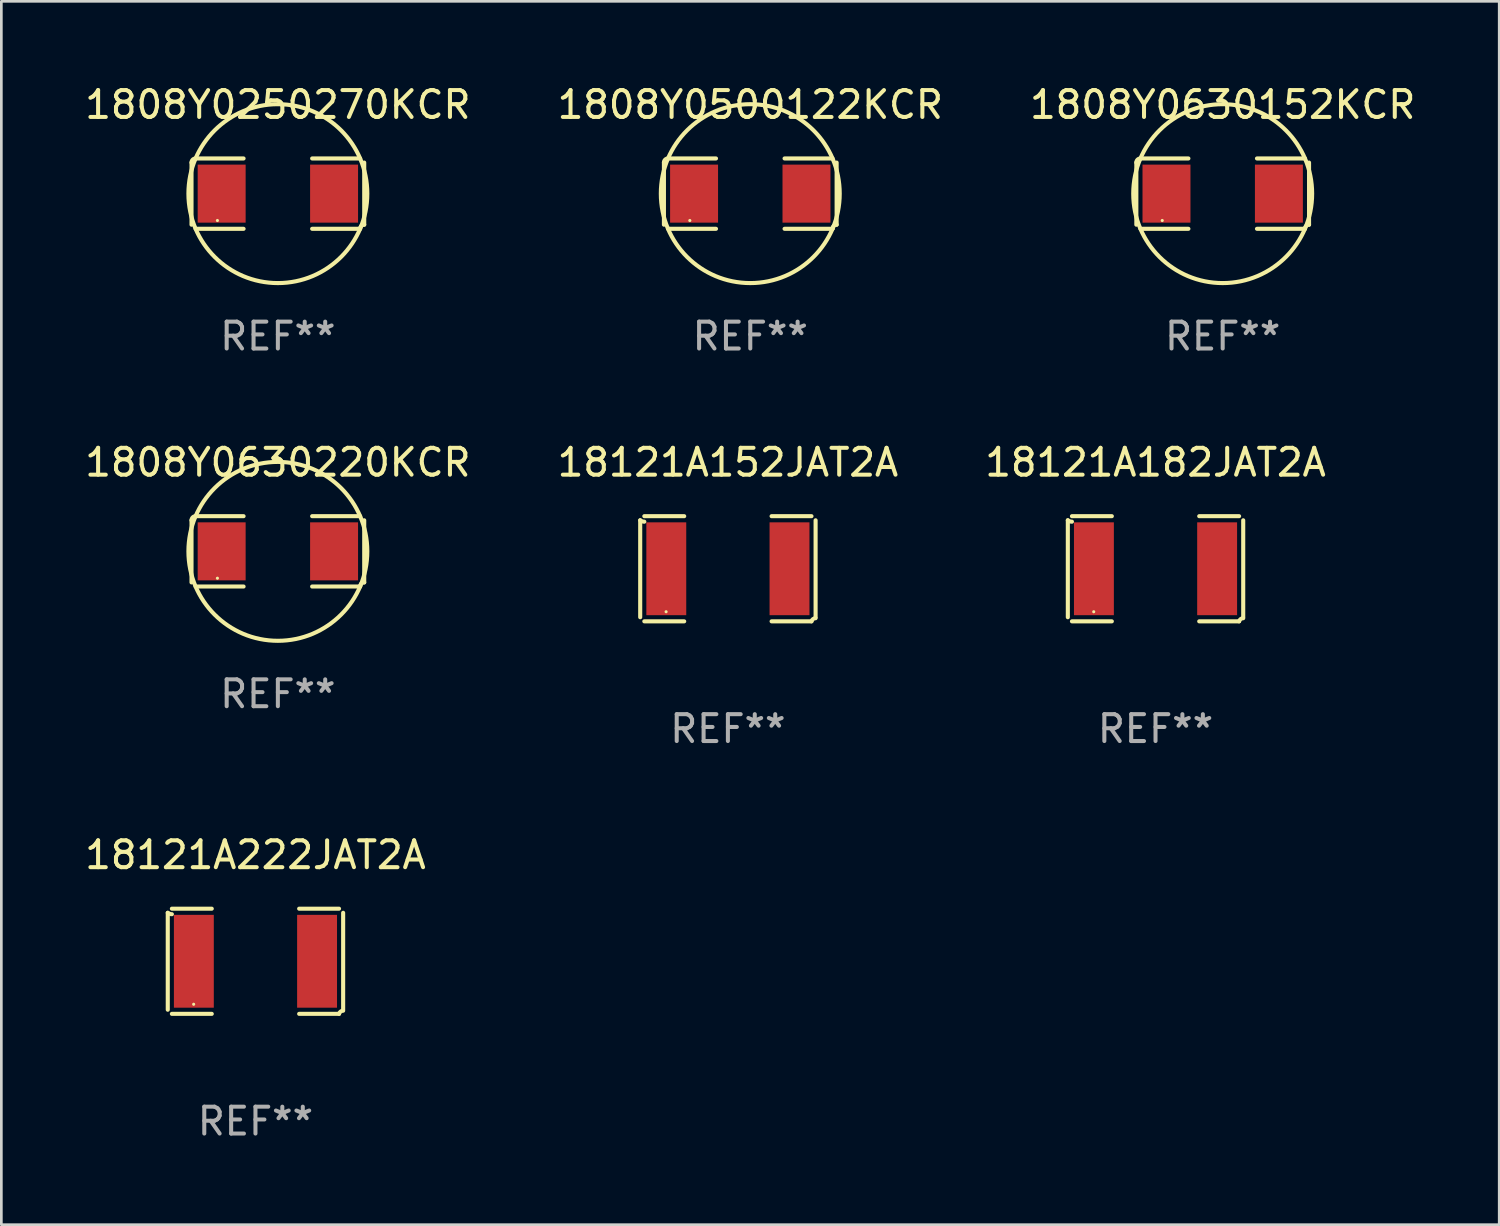
<source format=kicad_pcb>
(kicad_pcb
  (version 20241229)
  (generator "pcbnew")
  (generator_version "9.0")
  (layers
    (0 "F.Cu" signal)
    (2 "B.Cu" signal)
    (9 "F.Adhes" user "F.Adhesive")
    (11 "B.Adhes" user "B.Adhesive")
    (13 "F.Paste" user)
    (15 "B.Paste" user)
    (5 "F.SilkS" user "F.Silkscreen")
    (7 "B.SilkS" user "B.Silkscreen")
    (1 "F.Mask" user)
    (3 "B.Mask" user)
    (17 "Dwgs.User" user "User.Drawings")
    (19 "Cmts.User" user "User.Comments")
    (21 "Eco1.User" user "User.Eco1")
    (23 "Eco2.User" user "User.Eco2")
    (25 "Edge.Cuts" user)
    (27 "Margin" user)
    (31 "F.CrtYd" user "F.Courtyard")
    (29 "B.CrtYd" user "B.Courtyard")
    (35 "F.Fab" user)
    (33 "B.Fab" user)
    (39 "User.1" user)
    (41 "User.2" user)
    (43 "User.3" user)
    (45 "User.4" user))
  (footprint "18121A152JAT2A"
    (layer "F.Cu")
    (at 24.042 18.119)
    (property "Reference" "18121A152JAT2A" (at 0 -3.957 0) (layer "F.SilkS") (effects (font (size 1 1) (thickness 0.15))))
    (attr through_hole)
    (fp_line (start -3.264 1.804) (end -3.264 -1.804) (stroke (width 0.152) (type solid)) (layer "F.SilkS"))
    (fp_line (start -3.111 -1.957) (end -1.626 -1.957) (stroke (width 0.152) (type solid)) (layer "F.SilkS"))
    (fp_line (start -1.626 1.957) (end -3.111 1.957) (stroke (width 0.152) (type solid)) (layer "F.SilkS"))
    (fp_line (start 1.626 1.957) (end 3.111 1.957) (stroke (width 0.152) (type solid)) (layer "F.SilkS"))
    (fp_line (start 3.111 -1.957) (end 1.626 -1.957) (stroke (width 0.152) (type solid)) (layer "F.SilkS"))
    (fp_line (start 3.264 1.804) (end 3.264 -1.804) (stroke (width 0.152) (type solid)) (layer "F.SilkS"))
    (fp_arc (start -3.111202 -1.752192) (mid -3.191715 -1.76555) (end -3.263602 -1.804191) (stroke (width 0.1524) (type solid)) (layer "F.SilkS"))
    (fp_arc (start 3.111201 1.956591) (mid 3.167789 1.872777) (end 3.263602 1.840424) (stroke (width 0.1524) (type solid)) (layer "F.SilkS"))
    (fp_circle (center -2.3 1.6) (end -2.27 1.6) (stroke (width 0.06) (type solid)) (fill no) (layer "F.SilkS"))
    (fp_text user "REF**" (at 0 5.957 0) (layer "F.Fab") (effects (font (size 1 1) (thickness 0.15))))
    (pad "1" smd rect (at -2.293 0) (size 1.485 3.456) (layers "F.Cu" "F.Mask" "F.Paste"))
    (pad "2" smd rect (at 2.293 0) (size 1.485 3.456) (layers "F.Cu" "F.Mask" "F.Paste")))
  (footprint "1808Y0630152KCR"
    (layer "F.Cu")
    (at 42.458 4.157)
    (property "Reference" "1808Y0630152KCR" (at 0 -3.309 0) (layer "F.SilkS") (effects (font (size 1 1) (thickness 0.15))))
    (attr through_hole)
    (fp_line (start -3.214 -1.156) (end -3.214 1.156) (stroke (width 0.152) (type solid)) (layer "F.SilkS"))
    (fp_line (start -3.061 1.309) (end -1.276 1.309) (stroke (width 0.152) (type solid)) (layer "F.SilkS"))
    (fp_line (start -1.276 -1.309) (end -3.061 -1.309) (stroke (width 0.152) (type solid)) (layer "F.SilkS"))
    (fp_line (start 1.276 -1.309) (end 3.061 -1.309) (stroke (width 0.152) (type solid)) (layer "F.SilkS"))
    (fp_line (start 3.061 1.309) (end 1.276 1.309) (stroke (width 0.152) (type solid)) (layer "F.SilkS"))
    (fp_line (start 3.214 -1.156) (end 3.214 1.156) (stroke (width 0.152) (type solid)) (layer "F.SilkS"))
    (fp_arc (start -3.21359 -1.15621) (mid -3.168953 -1.263974) (end -3.061189 -1.308611) (stroke (width 0.1524) (type solid)) (layer "F.SilkS"))
    (fp_arc (start 3.061188 1.308611) (mid 3.105825 1.200847) (end 3.213589 1.15621) (stroke (width 0.1524) (type solid)) (layer "F.SilkS"))
    (fp_arc (start 3.061189 -1.308611) (mid -3.061167 1.308589) (end 3.061189 -1.308611) (stroke (width 0.1524) (type solid)) (layer "F.SilkS"))
    (fp_circle (center -2.25 1) (end -2.22 1) (stroke (width 0.06) (type solid)) (fill no) (layer "F.SilkS"))
    (fp_text user "REF**" (at 0 5.309 0) (layer "F.Fab") (effects (font (size 1 1) (thickness 0.15))))
    (pad "1" smd rect (at -2.092 0) (size 1.785 2.16) (layers "F.Cu" "F.Mask" "F.Paste"))
    (pad "2" smd rect (at 2.092 0) (size 1.785 2.16) (layers "F.Cu" "F.Mask" "F.Paste")))
  (footprint "18121A182JAT2A"
    (layer "F.Cu")
    (at 39.958 18.119)
    (property "Reference" "18121A182JAT2A" (at 0 -3.957 0) (layer "F.SilkS") (effects (font (size 1 1) (thickness 0.15))))
    (attr through_hole)
    (fp_line (start -3.264 1.804) (end -3.264 -1.804) (stroke (width 0.152) (type solid)) (layer "F.SilkS"))
    (fp_line (start -3.111 -1.957) (end -1.626 -1.957) (stroke (width 0.152) (type solid)) (layer "F.SilkS"))
    (fp_line (start -1.626 1.957) (end -3.111 1.957) (stroke (width 0.152) (type solid)) (layer "F.SilkS"))
    (fp_line (start 1.626 1.957) (end 3.111 1.957) (stroke (width 0.152) (type solid)) (layer "F.SilkS"))
    (fp_line (start 3.111 -1.957) (end 1.626 -1.957) (stroke (width 0.152) (type solid)) (layer "F.SilkS"))
    (fp_line (start 3.264 1.804) (end 3.264 -1.804) (stroke (width 0.152) (type solid)) (layer "F.SilkS"))
    (fp_arc (start -3.111202 -1.752192) (mid -3.191715 -1.76555) (end -3.263602 -1.804191) (stroke (width 0.1524) (type solid)) (layer "F.SilkS"))
    (fp_arc (start 3.111201 1.956591) (mid 3.167789 1.872777) (end 3.263602 1.840424) (stroke (width 0.1524) (type solid)) (layer "F.SilkS"))
    (fp_circle (center -2.3 1.6) (end -2.27 1.6) (stroke (width 0.06) (type solid)) (fill no) (layer "F.SilkS"))
    (fp_text user "REF**" (at 0 5.957 0) (layer "F.Fab") (effects (font (size 1 1) (thickness 0.15))))
    (pad "1" smd rect (at -2.293 0) (size 1.485 3.456) (layers "F.Cu" "F.Mask" "F.Paste"))
    (pad "2" smd rect (at 2.293 0) (size 1.485 3.456) (layers "F.Cu" "F.Mask" "F.Paste")))
  (footprint "1808Y0500122KCR"
    (layer "F.Cu")
    (at 24.875 4.157)
    (property "Reference" "1808Y0500122KCR" (at 0 -3.309 0) (layer "F.SilkS") (effects (font (size 1 1) (thickness 0.15))))
    (attr through_hole)
    (fp_line (start -3.214 -1.156) (end -3.214 1.156) (stroke (width 0.152) (type solid)) (layer "F.SilkS"))
    (fp_line (start -3.061 1.309) (end -1.276 1.309) (stroke (width 0.152) (type solid)) (layer "F.SilkS"))
    (fp_line (start -1.276 -1.309) (end -3.061 -1.309) (stroke (width 0.152) (type solid)) (layer "F.SilkS"))
    (fp_line (start 1.276 -1.309) (end 3.061 -1.309) (stroke (width 0.152) (type solid)) (layer "F.SilkS"))
    (fp_line (start 3.061 1.309) (end 1.276 1.309) (stroke (width 0.152) (type solid)) (layer "F.SilkS"))
    (fp_line (start 3.214 -1.156) (end 3.214 1.156) (stroke (width 0.152) (type solid)) (layer "F.SilkS"))
    (fp_arc (start -3.21359 -1.15621) (mid -3.168953 -1.263974) (end -3.061189 -1.308611) (stroke (width 0.1524) (type solid)) (layer "F.SilkS"))
    (fp_arc (start 3.061188 1.308611) (mid 3.105825 1.200847) (end 3.213589 1.15621) (stroke (width 0.1524) (type solid)) (layer "F.SilkS"))
    (fp_arc (start 3.061189 -1.308611) (mid -3.061167 1.308589) (end 3.061189 -1.308611) (stroke (width 0.1524) (type solid)) (layer "F.SilkS"))
    (fp_circle (center -2.25 1) (end -2.22 1) (stroke (width 0.06) (type solid)) (fill no) (layer "F.SilkS"))
    (fp_text user "REF**" (at 0 5.309 0) (layer "F.Fab") (effects (font (size 1 1) (thickness 0.15))))
    (pad "1" smd rect (at -2.092 0) (size 1.785 2.16) (layers "F.Cu" "F.Mask" "F.Paste"))
    (pad "2" smd rect (at 2.092 0) (size 1.785 2.16) (layers "F.Cu" "F.Mask" "F.Paste")))
  (footprint "1808Y0250270KCR"
    (layer "F.Cu")
    (at 7.292 4.157)
    (property "Reference" "1808Y0250270KCR" (at 0 -3.309 0) (layer "F.SilkS") (effects (font (size 1 1) (thickness 0.15))))
    (attr through_hole)
    (fp_line (start -3.214 -1.156) (end -3.214 1.156) (stroke (width 0.152) (type solid)) (layer "F.SilkS"))
    (fp_line (start -3.061 1.309) (end -1.276 1.309) (stroke (width 0.152) (type solid)) (layer "F.SilkS"))
    (fp_line (start -1.276 -1.309) (end -3.061 -1.309) (stroke (width 0.152) (type solid)) (layer "F.SilkS"))
    (fp_line (start 1.276 -1.309) (end 3.061 -1.309) (stroke (width 0.152) (type solid)) (layer "F.SilkS"))
    (fp_line (start 3.061 1.309) (end 1.276 1.309) (stroke (width 0.152) (type solid)) (layer "F.SilkS"))
    (fp_line (start 3.214 -1.156) (end 3.214 1.156) (stroke (width 0.152) (type solid)) (layer "F.SilkS"))
    (fp_arc (start -3.21359 -1.15621) (mid -3.168953 -1.263974) (end -3.061189 -1.308611) (stroke (width 0.1524) (type solid)) (layer "F.SilkS"))
    (fp_arc (start 3.061188 1.308611) (mid 3.105825 1.200847) (end 3.213589 1.15621) (stroke (width 0.1524) (type solid)) (layer "F.SilkS"))
    (fp_arc (start 3.061189 -1.308611) (mid -3.061167 1.308589) (end 3.061189 -1.308611) (stroke (width 0.1524) (type solid)) (layer "F.SilkS"))
    (fp_circle (center -2.25 1) (end -2.22 1) (stroke (width 0.06) (type solid)) (fill no) (layer "F.SilkS"))
    (fp_text user "REF**" (at 0 5.309 0) (layer "F.Fab") (effects (font (size 1 1) (thickness 0.15))))
    (pad "1" smd rect (at -2.092 0) (size 1.785 2.16) (layers "F.Cu" "F.Mask" "F.Paste"))
    (pad "2" smd rect (at 2.092 0) (size 1.785 2.16) (layers "F.Cu" "F.Mask" "F.Paste")))
  (footprint "18121A222JAT2A"
    (layer "F.Cu")
    (at 6.458 32.728)
    (property "Reference" "18121A222JAT2A" (at 0 -3.957 0) (layer "F.SilkS") (effects (font (size 1 1) (thickness 0.15))))
    (attr through_hole)
    (fp_line (start -3.264 1.804) (end -3.264 -1.804) (stroke (width 0.152) (type solid)) (layer "F.SilkS"))
    (fp_line (start -3.111 -1.957) (end -1.626 -1.957) (stroke (width 0.152) (type solid)) (layer "F.SilkS"))
    (fp_line (start -1.626 1.957) (end -3.111 1.957) (stroke (width 0.152) (type solid)) (layer "F.SilkS"))
    (fp_line (start 1.626 1.957) (end 3.111 1.957) (stroke (width 0.152) (type solid)) (layer "F.SilkS"))
    (fp_line (start 3.111 -1.957) (end 1.626 -1.957) (stroke (width 0.152) (type solid)) (layer "F.SilkS"))
    (fp_line (start 3.264 1.804) (end 3.264 -1.804) (stroke (width 0.152) (type solid)) (layer "F.SilkS"))
    (fp_arc (start -3.111202 -1.752192) (mid -3.191715 -1.76555) (end -3.263602 -1.804191) (stroke (width 0.1524) (type solid)) (layer "F.SilkS"))
    (fp_arc (start 3.111201 1.956591) (mid 3.167789 1.872777) (end 3.263602 1.840424) (stroke (width 0.1524) (type solid)) (layer "F.SilkS"))
    (fp_circle (center -2.3 1.6) (end -2.27 1.6) (stroke (width 0.06) (type solid)) (fill no) (layer "F.SilkS"))
    (fp_text user "REF**" (at 0 5.957 0) (layer "F.Fab") (effects (font (size 1 1) (thickness 0.15))))
    (pad "1" smd rect (at -2.293 0) (size 1.485 3.456) (layers "F.Cu" "F.Mask" "F.Paste"))
    (pad "2" smd rect (at 2.293 0) (size 1.485 3.456) (layers "F.Cu" "F.Mask" "F.Paste")))
  (footprint "1808Y0630220KCR"
    (layer "F.Cu")
    (at 7.292 17.471)
    (property "Reference" "1808Y0630220KCR" (at 0 -3.309 0) (layer "F.SilkS") (effects (font (size 1 1) (thickness 0.15))))
    (attr through_hole)
    (fp_line (start -3.214 -1.156) (end -3.214 1.156) (stroke (width 0.152) (type solid)) (layer "F.SilkS"))
    (fp_line (start -3.061 1.309) (end -1.276 1.309) (stroke (width 0.152) (type solid)) (layer "F.SilkS"))
    (fp_line (start -1.276 -1.309) (end -3.061 -1.309) (stroke (width 0.152) (type solid)) (layer "F.SilkS"))
    (fp_line (start 1.276 -1.309) (end 3.061 -1.309) (stroke (width 0.152) (type solid)) (layer "F.SilkS"))
    (fp_line (start 3.061 1.309) (end 1.276 1.309) (stroke (width 0.152) (type solid)) (layer "F.SilkS"))
    (fp_line (start 3.214 -1.156) (end 3.214 1.156) (stroke (width 0.152) (type solid)) (layer "F.SilkS"))
    (fp_arc (start -3.21359 -1.15621) (mid -3.168953 -1.263974) (end -3.061189 -1.308611) (stroke (width 0.1524) (type solid)) (layer "F.SilkS"))
    (fp_arc (start 3.061188 1.308611) (mid 3.105825 1.200847) (end 3.213589 1.15621) (stroke (width 0.1524) (type solid)) (layer "F.SilkS"))
    (fp_arc (start 3.061189 -1.308611) (mid -3.061167 1.308589) (end 3.061189 -1.308611) (stroke (width 0.1524) (type solid)) (layer "F.SilkS"))
    (fp_circle (center -2.25 1) (end -2.22 1) (stroke (width 0.06) (type solid)) (fill no) (layer "F.SilkS"))
    (fp_text user "REF**" (at 0 5.309 0) (layer "F.Fab") (effects (font (size 1 1) (thickness 0.15))))
    (pad "1" smd rect (at -2.092 0) (size 1.785 2.16) (layers "F.Cu" "F.Mask" "F.Paste"))
    (pad "2" smd rect (at 2.092 0) (size 1.785 2.16) (layers "F.Cu" "F.Mask" "F.Paste")))
  (gr_rect
    (start -3 -3)
    (end 52.75 42.533)
    (stroke (width 0.1) (type default))
    (fill no)
    (layer "Edge.Cuts")))
</source>
